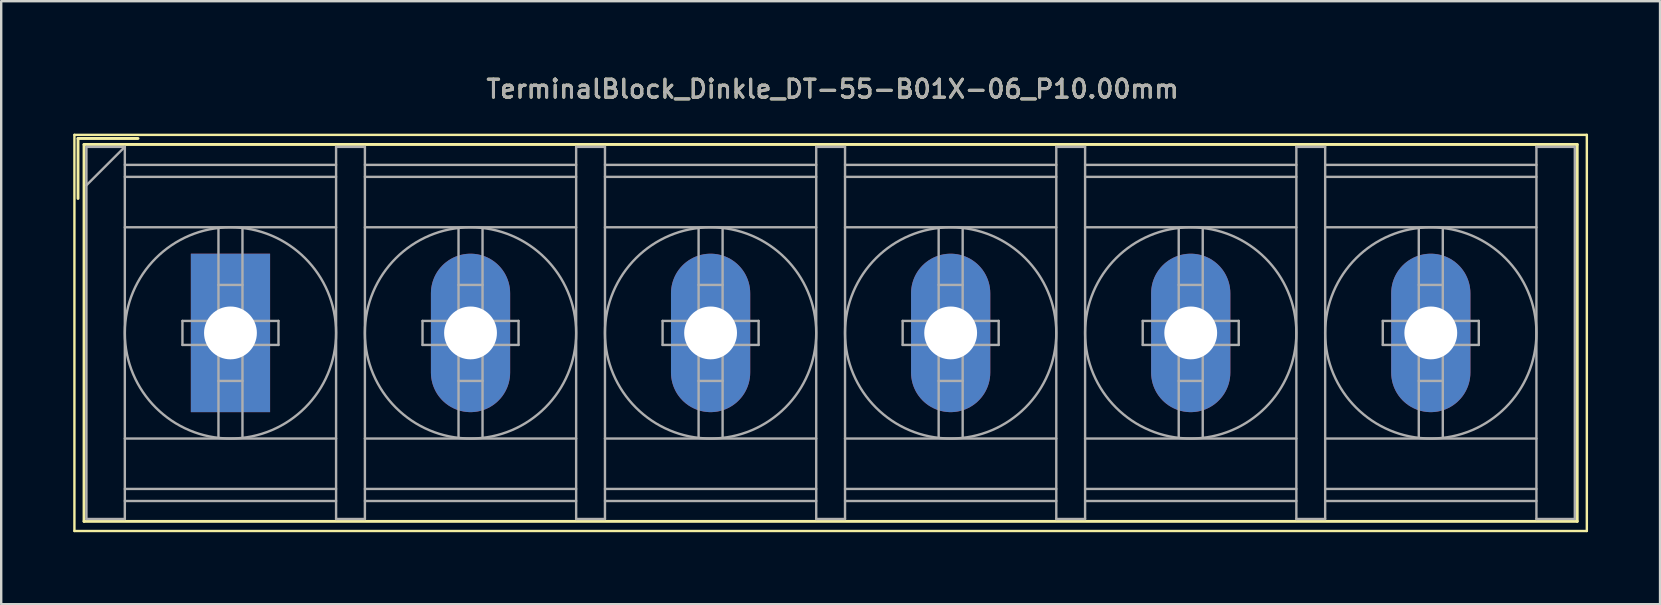
<source format=kicad_pcb>
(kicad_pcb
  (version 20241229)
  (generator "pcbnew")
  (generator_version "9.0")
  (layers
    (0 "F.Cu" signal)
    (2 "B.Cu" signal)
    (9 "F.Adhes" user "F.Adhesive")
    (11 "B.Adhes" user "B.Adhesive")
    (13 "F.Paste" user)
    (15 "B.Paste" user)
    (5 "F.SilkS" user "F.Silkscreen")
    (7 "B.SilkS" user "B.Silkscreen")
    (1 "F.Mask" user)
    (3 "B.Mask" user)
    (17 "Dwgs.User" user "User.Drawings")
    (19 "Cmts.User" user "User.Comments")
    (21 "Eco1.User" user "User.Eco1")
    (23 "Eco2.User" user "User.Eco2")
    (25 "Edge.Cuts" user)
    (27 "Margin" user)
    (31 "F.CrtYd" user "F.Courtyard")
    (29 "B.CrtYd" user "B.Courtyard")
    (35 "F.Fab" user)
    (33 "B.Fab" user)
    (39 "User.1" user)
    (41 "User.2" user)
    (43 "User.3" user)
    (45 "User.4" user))
  (footprint "TerminalBlock_Dinkle_DT-55-B01X-06_P10.00mm"
    (layer "F.Cu")
    (at 6.55 10.818)
    (property "Reference" "TerminalBlock_Dinkle_DT-55-B01X-06_P10.00mm" (at 25.08 -10.16 0) (layer "F.SilkS") (effects (font (size 0.75 0.75) (thickness 0.125))))
    (attr through_hole)
    (fp_line (start -6.5 -8.25) (end 56.5 -8.25) (stroke (width 0.1) (type solid)) (layer "F.SilkS"))
    (fp_line (start -6.5 8.25) (end -6.5 -8.25) (stroke (width 0.1) (type solid)) (layer "F.SilkS"))
    (fp_line (start -6.5 8.25) (end 56.5 8.25) (stroke (width 0.1) (type solid)) (layer "F.SilkS"))
    (fp_line (start -6.35 -8.1) (end -3.85 -8.1) (stroke (width 0.12) (type solid)) (layer "F.SilkS"))
    (fp_line (start -6.35 -5.6) (end -6.35 -8.1) (stroke (width 0.12) (type solid)) (layer "F.SilkS"))
    (fp_line (start -6.1 -7.85) (end 56.1 -7.85) (stroke (width 0.12) (type solid)) (layer "F.SilkS"))
    (fp_line (start -6.1 7.85) (end -6.1 -7.85) (stroke (width 0.12) (type solid)) (layer "F.SilkS"))
    (fp_line (start -6.1 7.85) (end 56.1 7.85) (stroke (width 0.12) (type solid)) (layer "F.SilkS"))
    (fp_line (start 56.1 -7.85) (end 56.1 7.85) (stroke (width 0.12) (type solid)) (layer "F.SilkS"))
    (fp_line (start 56.5 -8.25) (end 56.5 8.25) (stroke (width 0.1) (type solid)) (layer "F.SilkS"))
    (fp_line (start -6 -7.75) (end -6 7.75) (stroke (width 0.1) (type solid)) (layer "F.Fab"))
    (fp_line (start -6 -7.75) (end -4.4 -7.75) (stroke (width 0.1) (type solid)) (layer "F.Fab"))
    (fp_line (start -6 7.75) (end -4.4 7.75) (stroke (width 0.1) (type solid)) (layer "F.Fab"))
    (fp_line (start -4.4 -7.75) (end -6 -6.15) (stroke (width 0.1) (type solid)) (layer "F.Fab"))
    (fp_line (start -4.4 -7.75) (end -4.4 7.75) (stroke (width 0.1) (type solid)) (layer "F.Fab"))
    (fp_line (start -4.4 -7) (end 4.4 -7) (stroke (width 0.1) (type solid)) (layer "F.Fab"))
    (fp_line (start -4.4 -6.5) (end 4.4 -6.5) (stroke (width 0.1) (type solid)) (layer "F.Fab"))
    (fp_line (start -4.4 -4.4) (end 4.4 -4.4) (stroke (width 0.1) (type solid)) (layer "F.Fab"))
    (fp_line (start -4.4 4.4) (end 4.4 4.4) (stroke (width 0.1) (type solid)) (layer "F.Fab"))
    (fp_line (start -4.4 6.5) (end 4.4 6.5) (stroke (width 0.1) (type solid)) (layer "F.Fab"))
    (fp_line (start -4.4 7) (end 4.4 7) (stroke (width 0.1) (type solid)) (layer "F.Fab"))
    (fp_line (start -2 -0.5) (end -2 0.5) (stroke (width 0.1) (type solid)) (layer "F.Fab"))
    (fp_line (start -2 0.5) (end -0.5 0.5) (stroke (width 0.1) (type solid)) (layer "F.Fab"))
    (fp_line (start -0.5 -4.35) (end -0.5 -0.5) (stroke (width 0.1) (type solid)) (layer "F.Fab"))
    (fp_line (start -0.5 -2) (end 0.5 -2) (stroke (width 0.1) (type solid)) (layer "F.Fab"))
    (fp_line (start -0.5 -0.5) (end -2 -0.5) (stroke (width 0.1) (type solid)) (layer "F.Fab"))
    (fp_line (start -0.5 0.5) (end -0.5 4.35) (stroke (width 0.1) (type solid)) (layer "F.Fab"))
    (fp_line (start -0.5 2) (end 0.5 2) (stroke (width 0.1) (type solid)) (layer "F.Fab"))
    (fp_line (start 0.5 -4.35) (end 0.5 -0.5) (stroke (width 0.1) (type solid)) (layer "F.Fab"))
    (fp_line (start 0.5 -0.5) (end 2 -0.5) (stroke (width 0.1) (type solid)) (layer "F.Fab"))
    (fp_line (start 0.5 0.5) (end 0.5 4.35) (stroke (width 0.1) (type solid)) (layer "F.Fab"))
    (fp_line (start 2 -0.5) (end 2 0.5) (stroke (width 0.1) (type solid)) (layer "F.Fab"))
    (fp_line (start 2 0.5) (end 0.5 0.5) (stroke (width 0.1) (type solid)) (layer "F.Fab"))
    (fp_line (start 4.4 -7.75) (end 4.4 7.75) (stroke (width 0.1) (type solid)) (layer "F.Fab"))
    (fp_line (start 4.4 -7.75) (end 5.6 -7.75) (stroke (width 0.1) (type solid)) (layer "F.Fab"))
    (fp_line (start 4.4 7.75) (end 5.6 7.75) (stroke (width 0.1) (type solid)) (layer "F.Fab"))
    (fp_line (start 5.6 -7.75) (end 5.6 7.75) (stroke (width 0.1) (type solid)) (layer "F.Fab"))
    (fp_line (start 5.6 -7) (end 14.4 -7) (stroke (width 0.1) (type solid)) (layer "F.Fab"))
    (fp_line (start 5.6 -6.5) (end 14.4 -6.5) (stroke (width 0.1) (type solid)) (layer "F.Fab"))
    (fp_line (start 5.6 -4.4) (end 14.4 -4.4) (stroke (width 0.1) (type solid)) (layer "F.Fab"))
    (fp_line (start 5.6 4.4) (end 14.4 4.4) (stroke (width 0.1) (type solid)) (layer "F.Fab"))
    (fp_line (start 5.6 6.5) (end 14.4 6.5) (stroke (width 0.1) (type solid)) (layer "F.Fab"))
    (fp_line (start 5.6 7) (end 14.4 7) (stroke (width 0.1) (type solid)) (layer "F.Fab"))
    (fp_line (start 8 -0.5) (end 8 0.5) (stroke (width 0.1) (type solid)) (layer "F.Fab"))
    (fp_line (start 8 0.5) (end 9.5 0.5) (stroke (width 0.1) (type solid)) (layer "F.Fab"))
    (fp_line (start 9.5 -4.35) (end 9.5 -0.5) (stroke (width 0.1) (type solid)) (layer "F.Fab"))
    (fp_line (start 9.5 -2) (end 10.5 -2) (stroke (width 0.1) (type solid)) (layer "F.Fab"))
    (fp_line (start 9.5 -0.5) (end 8 -0.5) (stroke (width 0.1) (type solid)) (layer "F.Fab"))
    (fp_line (start 9.5 0.5) (end 9.5 4.35) (stroke (width 0.1) (type solid)) (layer "F.Fab"))
    (fp_line (start 9.5 2) (end 10.5 2) (stroke (width 0.1) (type solid)) (layer "F.Fab"))
    (fp_line (start 10.5 -4.35) (end 10.5 -0.5) (stroke (width 0.1) (type solid)) (layer "F.Fab"))
    (fp_line (start 10.5 -0.5) (end 12 -0.5) (stroke (width 0.1) (type solid)) (layer "F.Fab"))
    (fp_line (start 10.5 0.5) (end 10.5 4.35) (stroke (width 0.1) (type solid)) (layer "F.Fab"))
    (fp_line (start 12 -0.5) (end 12 0.5) (stroke (width 0.1) (type solid)) (layer "F.Fab"))
    (fp_line (start 12 0.5) (end 10.5 0.5) (stroke (width 0.1) (type solid)) (layer "F.Fab"))
    (fp_line (start 14.4 -7.75) (end 14.4 7.75) (stroke (width 0.1) (type solid)) (layer "F.Fab"))
    (fp_line (start 14.4 -7.75) (end 15.6 -7.75) (stroke (width 0.1) (type solid)) (layer "F.Fab"))
    (fp_line (start 14.4 7.75) (end 15.6 7.75) (stroke (width 0.1) (type solid)) (layer "F.Fab"))
    (fp_line (start 15.6 -7.75) (end 15.6 7.75) (stroke (width 0.1) (type solid)) (layer "F.Fab"))
    (fp_line (start 15.6 -7) (end 24.4 -7) (stroke (width 0.1) (type solid)) (layer "F.Fab"))
    (fp_line (start 15.6 -6.5) (end 24.4 -6.5) (stroke (width 0.1) (type solid)) (layer "F.Fab"))
    (fp_line (start 15.6 -4.4) (end 24.4 -4.4) (stroke (width 0.1) (type solid)) (layer "F.Fab"))
    (fp_line (start 15.6 4.4) (end 24.4 4.4) (stroke (width 0.1) (type solid)) (layer "F.Fab"))
    (fp_line (start 15.6 6.5) (end 24.4 6.5) (stroke (width 0.1) (type solid)) (layer "F.Fab"))
    (fp_line (start 15.6 7) (end 24.4 7) (stroke (width 0.1) (type solid)) (layer "F.Fab"))
    (fp_line (start 18 -0.5) (end 18 0.5) (stroke (width 0.1) (type solid)) (layer "F.Fab"))
    (fp_line (start 18 0.5) (end 19.5 0.5) (stroke (width 0.1) (type solid)) (layer "F.Fab"))
    (fp_line (start 19.5 -4.35) (end 19.5 -0.5) (stroke (width 0.1) (type solid)) (layer "F.Fab"))
    (fp_line (start 19.5 -2) (end 20.5 -2) (stroke (width 0.1) (type solid)) (layer "F.Fab"))
    (fp_line (start 19.5 -0.5) (end 18 -0.5) (stroke (width 0.1) (type solid)) (layer "F.Fab"))
    (fp_line (start 19.5 0.5) (end 19.5 4.35) (stroke (width 0.1) (type solid)) (layer "F.Fab"))
    (fp_line (start 19.5 2) (end 20.5 2) (stroke (width 0.1) (type solid)) (layer "F.Fab"))
    (fp_line (start 20.5 -4.35) (end 20.5 -0.5) (stroke (width 0.1) (type solid)) (layer "F.Fab"))
    (fp_line (start 20.5 -0.5) (end 22 -0.5) (stroke (width 0.1) (type solid)) (layer "F.Fab"))
    (fp_line (start 20.5 0.5) (end 20.5 4.35) (stroke (width 0.1) (type solid)) (layer "F.Fab"))
    (fp_line (start 22 -0.5) (end 22 0.5) (stroke (width 0.1) (type solid)) (layer "F.Fab"))
    (fp_line (start 22 0.5) (end 20.5 0.5) (stroke (width 0.1) (type solid)) (layer "F.Fab"))
    (fp_line (start 24.4 -7.75) (end 24.4 7.75) (stroke (width 0.1) (type solid)) (layer "F.Fab"))
    (fp_line (start 24.4 -7.75) (end 25.6 -7.75) (stroke (width 0.1) (type solid)) (layer "F.Fab"))
    (fp_line (start 24.4 7.75) (end 25.6 7.75) (stroke (width 0.1) (type solid)) (layer "F.Fab"))
    (fp_line (start 25.6 -7.75) (end 25.6 7.75) (stroke (width 0.1) (type solid)) (layer "F.Fab"))
    (fp_line (start 25.6 -7) (end 34.4 -7) (stroke (width 0.1) (type solid)) (layer "F.Fab"))
    (fp_line (start 25.6 -6.5) (end 34.4 -6.5) (stroke (width 0.1) (type solid)) (layer "F.Fab"))
    (fp_line (start 25.6 -4.4) (end 34.4 -4.4) (stroke (width 0.1) (type solid)) (layer "F.Fab"))
    (fp_line (start 25.6 4.4) (end 34.4 4.4) (stroke (width 0.1) (type solid)) (layer "F.Fab"))
    (fp_line (start 25.6 6.5) (end 34.4 6.5) (stroke (width 0.1) (type solid)) (layer "F.Fab"))
    (fp_line (start 25.6 7) (end 34.4 7) (stroke (width 0.1) (type solid)) (layer "F.Fab"))
    (fp_line (start 28 -0.5) (end 28 0.5) (stroke (width 0.1) (type solid)) (layer "F.Fab"))
    (fp_line (start 28 0.5) (end 29.5 0.5) (stroke (width 0.1) (type solid)) (layer "F.Fab"))
    (fp_line (start 29.5 -4.35) (end 29.5 -0.5) (stroke (width 0.1) (type solid)) (layer "F.Fab"))
    (fp_line (start 29.5 -2) (end 30.5 -2) (stroke (width 0.1) (type solid)) (layer "F.Fab"))
    (fp_line (start 29.5 -0.5) (end 28 -0.5) (stroke (width 0.1) (type solid)) (layer "F.Fab"))
    (fp_line (start 29.5 0.5) (end 29.5 4.35) (stroke (width 0.1) (type solid)) (layer "F.Fab"))
    (fp_line (start 29.5 2) (end 30.5 2) (stroke (width 0.1) (type solid)) (layer "F.Fab"))
    (fp_line (start 30.5 -4.35) (end 30.5 -0.5) (stroke (width 0.1) (type solid)) (layer "F.Fab"))
    (fp_line (start 30.5 -0.5) (end 32 -0.5) (stroke (width 0.1) (type solid)) (layer "F.Fab"))
    (fp_line (start 30.5 0.5) (end 30.5 4.35) (stroke (width 0.1) (type solid)) (layer "F.Fab"))
    (fp_line (start 32 -0.5) (end 32 0.5) (stroke (width 0.1) (type solid)) (layer "F.Fab"))
    (fp_line (start 32 0.5) (end 30.5 0.5) (stroke (width 0.1) (type solid)) (layer "F.Fab"))
    (fp_line (start 34.4 -7.75) (end 34.4 7.75) (stroke (width 0.1) (type solid)) (layer "F.Fab"))
    (fp_line (start 34.4 -7.75) (end 35.6 -7.75) (stroke (width 0.1) (type solid)) (layer "F.Fab"))
    (fp_line (start 34.4 7.75) (end 35.6 7.75) (stroke (width 0.1) (type solid)) (layer "F.Fab"))
    (fp_line (start 35.6 -7.75) (end 35.6 7.75) (stroke (width 0.1) (type solid)) (layer "F.Fab"))
    (fp_line (start 35.6 -7) (end 44.4 -7) (stroke (width 0.1) (type solid)) (layer "F.Fab"))
    (fp_line (start 35.6 -6.5) (end 44.4 -6.5) (stroke (width 0.1) (type solid)) (layer "F.Fab"))
    (fp_line (start 35.6 -4.4) (end 44.4 -4.4) (stroke (width 0.1) (type solid)) (layer "F.Fab"))
    (fp_line (start 35.6 4.4) (end 44.4 4.4) (stroke (width 0.1) (type solid)) (layer "F.Fab"))
    (fp_line (start 35.6 6.5) (end 44.4 6.5) (stroke (width 0.1) (type solid)) (layer "F.Fab"))
    (fp_line (start 35.6 7) (end 44.4 7) (stroke (width 0.1) (type solid)) (layer "F.Fab"))
    (fp_line (start 38 -0.5) (end 38 0.5) (stroke (width 0.1) (type solid)) (layer "F.Fab"))
    (fp_line (start 38 0.5) (end 39.5 0.5) (stroke (width 0.1) (type solid)) (layer "F.Fab"))
    (fp_line (start 39.5 -4.35) (end 39.5 -0.5) (stroke (width 0.1) (type solid)) (layer "F.Fab"))
    (fp_line (start 39.5 -2) (end 40.5 -2) (stroke (width 0.1) (type solid)) (layer "F.Fab"))
    (fp_line (start 39.5 -0.5) (end 38 -0.5) (stroke (width 0.1) (type solid)) (layer "F.Fab"))
    (fp_line (start 39.5 0.5) (end 39.5 4.35) (stroke (width 0.1) (type solid)) (layer "F.Fab"))
    (fp_line (start 39.5 2) (end 40.5 2) (stroke (width 0.1) (type solid)) (layer "F.Fab"))
    (fp_line (start 40.5 -4.35) (end 40.5 -0.5) (stroke (width 0.1) (type solid)) (layer "F.Fab"))
    (fp_line (start 40.5 -0.5) (end 42 -0.5) (stroke (width 0.1) (type solid)) (layer "F.Fab"))
    (fp_line (start 40.5 0.5) (end 40.5 4.35) (stroke (width 0.1) (type solid)) (layer "F.Fab"))
    (fp_line (start 42 -0.5) (end 42 0.5) (stroke (width 0.1) (type solid)) (layer "F.Fab"))
    (fp_line (start 42 0.5) (end 40.5 0.5) (stroke (width 0.1) (type solid)) (layer "F.Fab"))
    (fp_line (start 44.4 -7.75) (end 44.4 7.75) (stroke (width 0.1) (type solid)) (layer "F.Fab"))
    (fp_line (start 44.4 -7.75) (end 45.6 -7.75) (stroke (width 0.1) (type solid)) (layer "F.Fab"))
    (fp_line (start 44.4 7.75) (end 45.6 7.75) (stroke (width 0.1) (type solid)) (layer "F.Fab"))
    (fp_line (start 45.6 -7.75) (end 45.6 7.75) (stroke (width 0.1) (type solid)) (layer "F.Fab"))
    (fp_line (start 45.6 -7) (end 54.4 -7) (stroke (width 0.1) (type solid)) (layer "F.Fab"))
    (fp_line (start 45.6 -6.5) (end 54.4 -6.5) (stroke (width 0.1) (type solid)) (layer "F.Fab"))
    (fp_line (start 45.6 -4.4) (end 54.4 -4.4) (stroke (width 0.1) (type solid)) (layer "F.Fab"))
    (fp_line (start 45.6 4.4) (end 54.4 4.4) (stroke (width 0.1) (type solid)) (layer "F.Fab"))
    (fp_line (start 45.6 6.5) (end 54.4 6.5) (stroke (width 0.1) (type solid)) (layer "F.Fab"))
    (fp_line (start 45.6 7) (end 54.4 7) (stroke (width 0.1) (type solid)) (layer "F.Fab"))
    (fp_line (start 48 -0.5) (end 48 0.5) (stroke (width 0.1) (type solid)) (layer "F.Fab"))
    (fp_line (start 48 0.5) (end 49.5 0.5) (stroke (width 0.1) (type solid)) (layer "F.Fab"))
    (fp_line (start 49.5 -4.35) (end 49.5 -0.5) (stroke (width 0.1) (type solid)) (layer "F.Fab"))
    (fp_line (start 49.5 -2) (end 50.5 -2) (stroke (width 0.1) (type solid)) (layer "F.Fab"))
    (fp_line (start 49.5 -0.5) (end 48 -0.5) (stroke (width 0.1) (type solid)) (layer "F.Fab"))
    (fp_line (start 49.5 0.5) (end 49.5 4.35) (stroke (width 0.1) (type solid)) (layer "F.Fab"))
    (fp_line (start 49.5 2) (end 50.5 2) (stroke (width 0.1) (type solid)) (layer "F.Fab"))
    (fp_line (start 50.5 -4.35) (end 50.5 -0.5) (stroke (width 0.1) (type solid)) (layer "F.Fab"))
    (fp_line (start 50.5 -0.5) (end 52 -0.5) (stroke (width 0.1) (type solid)) (layer "F.Fab"))
    (fp_line (start 50.5 0.5) (end 50.5 4.35) (stroke (width 0.1) (type solid)) (layer "F.Fab"))
    (fp_line (start 52 -0.5) (end 52 0.5) (stroke (width 0.1) (type solid)) (layer "F.Fab"))
    (fp_line (start 52 0.5) (end 50.5 0.5) (stroke (width 0.1) (type solid)) (layer "F.Fab"))
    (fp_line (start 54.4 -7.75) (end 54.4 7.75) (stroke (width 0.1) (type solid)) (layer "F.Fab"))
    (fp_line (start 54.4 -7.75) (end 56 -7.75) (stroke (width 0.1) (type solid)) (layer "F.Fab"))
    (fp_line (start 54.4 7.75) (end 56 7.75) (stroke (width 0.1) (type solid)) (layer "F.Fab"))
    (fp_line (start 56 -7.75) (end 56 7.75) (stroke (width 0.1) (type solid)) (layer "F.Fab"))
    (fp_circle (center 0 0) (end 0.5 0.5) (stroke (width 0.1) (type solid)) (fill no) (layer "F.Fab"))
    (fp_circle (center 0 0) (end 4.4 0) (stroke (width 0.1) (type solid)) (fill no) (layer "F.Fab"))
    (fp_circle (center 10 0) (end 10.5 0.5) (stroke (width 0.1) (type solid)) (fill no) (layer "F.Fab"))
    (fp_circle (center 10 0) (end 14.4 0) (stroke (width 0.1) (type solid)) (fill no) (layer "F.Fab"))
    (fp_circle (center 20 0) (end 20.5 0.5) (stroke (width 0.1) (type solid)) (fill no) (layer "F.Fab"))
    (fp_circle (center 20 0) (end 24.4 0) (stroke (width 0.1) (type solid)) (fill no) (layer "F.Fab"))
    (fp_circle (center 30 0) (end 30.5 0.5) (stroke (width 0.1) (type solid)) (fill no) (layer "F.Fab"))
    (fp_circle (center 30 0) (end 34.4 0) (stroke (width 0.1) (type solid)) (fill no) (layer "F.Fab"))
    (fp_circle (center 40 0) (end 40.5 0.5) (stroke (width 0.1) (type solid)) (fill no) (layer "F.Fab"))
    (fp_circle (center 40 0) (end 44.4 0) (stroke (width 0.1) (type solid)) (fill no) (layer "F.Fab"))
    (fp_circle (center 50 0) (end 50.5 0.5) (stroke (width 0.1) (type solid)) (fill no) (layer "F.Fab"))
    (fp_circle (center 50 0) (end 54.4 0) (stroke (width 0.1) (type solid)) (fill no) (layer "F.Fab"))
    (fp_text user "${REFERENCE}" (at 25.08 -10.16 0) (layer "F.Fab") (effects (font (size 0.75 0.75) (thickness 0.125))))
    (pad "1" thru_hole rect (at 0 0) (size 3.3 6.6) (drill 2.2) (layers "*.Cu" "*.Mask"))
    (pad "2" thru_hole oval (at 10 0) (size 3.3 6.6) (drill 2.2) (layers "*.Cu" "*.Mask"))
    (pad "3" thru_hole oval (at 20 0) (size 3.3 6.6) (drill 2.2) (layers "*.Cu" "*.Mask"))
    (pad "4" thru_hole oval (at 30 0) (size 3.3 6.6) (drill 2.2) (layers "*.Cu" "*.Mask"))
    (pad "5" thru_hole oval (at 40 0) (size 3.3 6.6) (drill 2.2) (layers "*.Cu" "*.Mask"))
    (pad "6" thru_hole oval (at 50 0) (size 3.3 6.6) (drill 2.2) (layers "*.Cu" "*.Mask")))
  (gr_rect
    (start -3 -3)
    (end 66.1 22.118)
    (stroke (width 0.1) (type default))
    (fill no)
    (layer "Edge.Cuts")))
</source>
